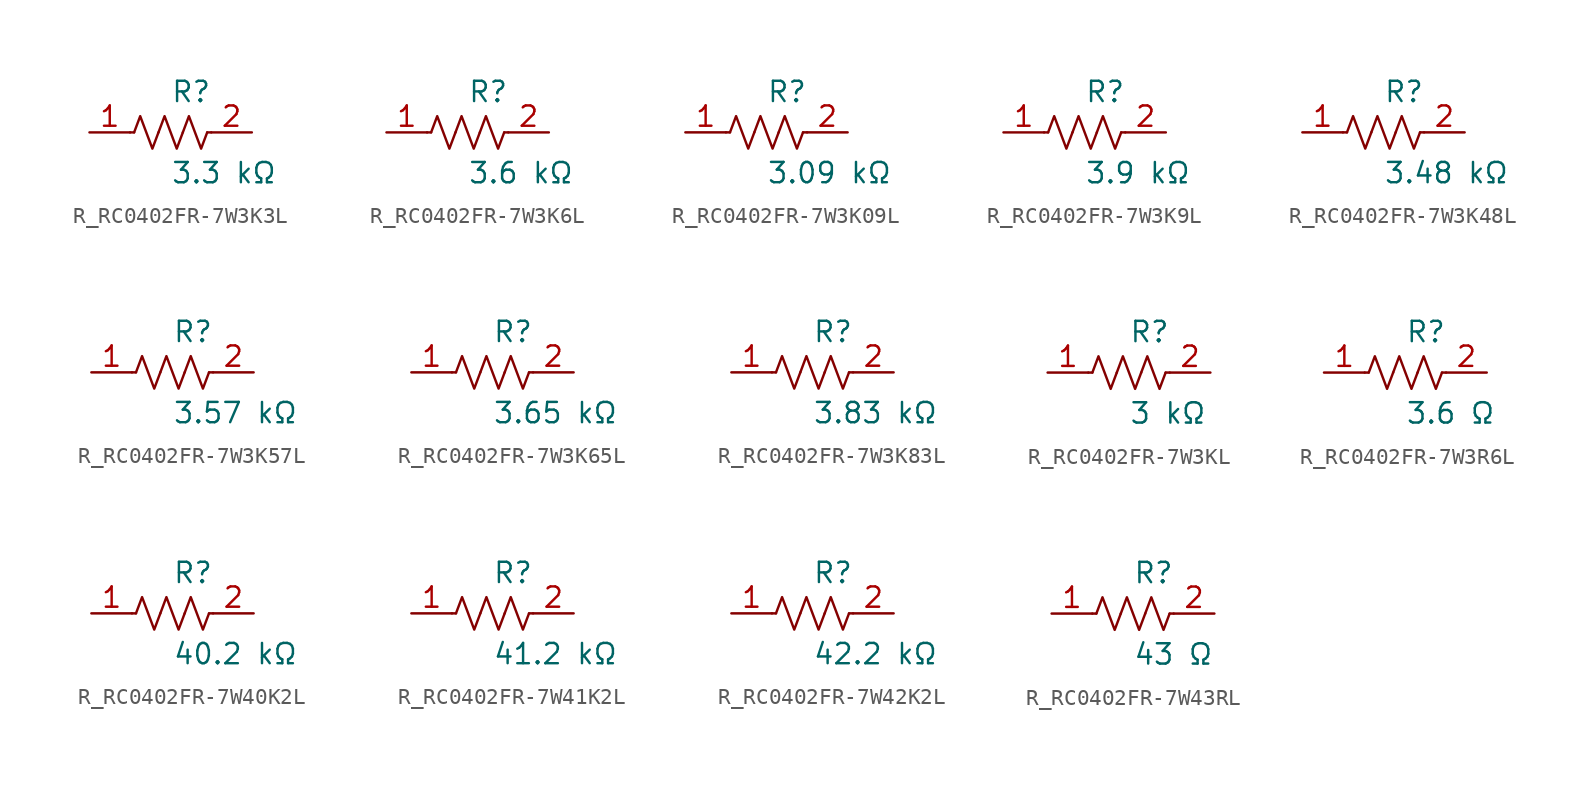
<source format=kicad_sym>
(kicad_symbol_lib
  (version 20231120)
  (generator kicad_symbol_editor)
  (generator_version 8.0)
  (symbol "R_RC0402FR-7W3K3L"
    (pin_names
      (offset 0.254))
    (property "Reference" "R"
      (at 0 2.54 0)
      (effects (font (size 1.27 1.27)) (justify left)))
    (property "Value" "3.3 kΩ"
      (at 0 -2.54 0)
      (effects (font (size 1.27 1.27)) (justify left)))
    (symbol "R_RC0402FR-7W3K3L_0_1"
      (polyline (pts (xy 2.286 0) (xy 2.54 0)) (stroke (width 0) (type default)) (fill (type none)))
      (polyline (pts (xy -2.286 0) (xy -2.54 0)) (stroke (width 0) (type default)) (fill (type none)))
      (polyline (pts (xy 0.762 0) (xy 1.143 1.016) (xy 1.524 0) (xy 1.905 -1.016) (xy 2.286 0)) (stroke (width 0) (type default)) (fill (type none)))
      (polyline (pts (xy -0.762 0) (xy -0.381 1.016) (xy 0 0) (xy 0.381 -1.016) (xy 0.762 0)) (stroke (width 0) (type default)) (fill (type none)))
      (polyline (pts (xy -2.286 0) (xy -1.905 1.016) (xy -1.524 0) (xy -1.143 -1.016) (xy -0.762 0)) (stroke (width 0) (type default)) (fill (type none))))
    (pin passive line
      (at -5.08 0 0)
      (length 2.54)
      (name "" (effects (font (size 1.27 1.27))))
      (number "1" (effects (font (size 1.27 1.27)))))
    (pin passive line
      (at 5.08 0 180)
      (length 2.54)
      (name "" (effects (font (size 1.27 1.27))))
      (number "2" (effects (font (size 1.27 1.27))))))
  (symbol "R_RC0402FR-7W3K6L"
    (pin_names
      (offset 0.254))
    (property "Reference" "R"
      (at 0 2.54 0)
      (effects (font (size 1.27 1.27)) (justify left)))
    (property "Value" "3.6 kΩ"
      (at 0 -2.54 0)
      (effects (font (size 1.27 1.27)) (justify left)))
    (symbol "R_RC0402FR-7W3K6L_0_1"
      (polyline (pts (xy 2.286 0) (xy 2.54 0)) (stroke (width 0) (type default)) (fill (type none)))
      (polyline (pts (xy -2.286 0) (xy -2.54 0)) (stroke (width 0) (type default)) (fill (type none)))
      (polyline (pts (xy 0.762 0) (xy 1.143 1.016) (xy 1.524 0) (xy 1.905 -1.016) (xy 2.286 0)) (stroke (width 0) (type default)) (fill (type none)))
      (polyline (pts (xy -0.762 0) (xy -0.381 1.016) (xy 0 0) (xy 0.381 -1.016) (xy 0.762 0)) (stroke (width 0) (type default)) (fill (type none)))
      (polyline (pts (xy -2.286 0) (xy -1.905 1.016) (xy -1.524 0) (xy -1.143 -1.016) (xy -0.762 0)) (stroke (width 0) (type default)) (fill (type none))))
    (pin passive line
      (at -5.08 0 0)
      (length 2.54)
      (name "" (effects (font (size 1.27 1.27))))
      (number "1" (effects (font (size 1.27 1.27)))))
    (pin passive line
      (at 5.08 0 180)
      (length 2.54)
      (name "" (effects (font (size 1.27 1.27))))
      (number "2" (effects (font (size 1.27 1.27))))))
  (symbol "R_RC0402FR-7W3K09L"
    (pin_names
      (offset 0.254))
    (property "Reference" "R"
      (at 0 2.54 0)
      (effects (font (size 1.27 1.27)) (justify left)))
    (property "Value" "3.09 kΩ"
      (at 0 -2.54 0)
      (effects (font (size 1.27 1.27)) (justify left)))
    (symbol "R_RC0402FR-7W3K09L_0_1"
      (polyline (pts (xy 2.286 0) (xy 2.54 0)) (stroke (width 0) (type default)) (fill (type none)))
      (polyline (pts (xy -2.286 0) (xy -2.54 0)) (stroke (width 0) (type default)) (fill (type none)))
      (polyline (pts (xy 0.762 0) (xy 1.143 1.016) (xy 1.524 0) (xy 1.905 -1.016) (xy 2.286 0)) (stroke (width 0) (type default)) (fill (type none)))
      (polyline (pts (xy -0.762 0) (xy -0.381 1.016) (xy 0 0) (xy 0.381 -1.016) (xy 0.762 0)) (stroke (width 0) (type default)) (fill (type none)))
      (polyline (pts (xy -2.286 0) (xy -1.905 1.016) (xy -1.524 0) (xy -1.143 -1.016) (xy -0.762 0)) (stroke (width 0) (type default)) (fill (type none))))
    (pin passive line
      (at -5.08 0 0)
      (length 2.54)
      (name "" (effects (font (size 1.27 1.27))))
      (number "1" (effects (font (size 1.27 1.27)))))
    (pin passive line
      (at 5.08 0 180)
      (length 2.54)
      (name "" (effects (font (size 1.27 1.27))))
      (number "2" (effects (font (size 1.27 1.27))))))
  (symbol "R_RC0402FR-7W3K9L"
    (pin_names
      (offset 0.254))
    (property "Reference" "R"
      (at 0 2.54 0)
      (effects (font (size 1.27 1.27)) (justify left)))
    (property "Value" "3.9 kΩ"
      (at 0 -2.54 0)
      (effects (font (size 1.27 1.27)) (justify left)))
    (symbol "R_RC0402FR-7W3K9L_0_1"
      (polyline (pts (xy 2.286 0) (xy 2.54 0)) (stroke (width 0) (type default)) (fill (type none)))
      (polyline (pts (xy -2.286 0) (xy -2.54 0)) (stroke (width 0) (type default)) (fill (type none)))
      (polyline (pts (xy 0.762 0) (xy 1.143 1.016) (xy 1.524 0) (xy 1.905 -1.016) (xy 2.286 0)) (stroke (width 0) (type default)) (fill (type none)))
      (polyline (pts (xy -0.762 0) (xy -0.381 1.016) (xy 0 0) (xy 0.381 -1.016) (xy 0.762 0)) (stroke (width 0) (type default)) (fill (type none)))
      (polyline (pts (xy -2.286 0) (xy -1.905 1.016) (xy -1.524 0) (xy -1.143 -1.016) (xy -0.762 0)) (stroke (width 0) (type default)) (fill (type none))))
    (pin passive line
      (at -5.08 0 0)
      (length 2.54)
      (name "" (effects (font (size 1.27 1.27))))
      (number "1" (effects (font (size 1.27 1.27)))))
    (pin passive line
      (at 5.08 0 180)
      (length 2.54)
      (name "" (effects (font (size 1.27 1.27))))
      (number "2" (effects (font (size 1.27 1.27))))))
  (symbol "R_RC0402FR-7W3K48L"
    (pin_names
      (offset 0.254))
    (property "Reference" "R"
      (at 0 2.54 0)
      (effects (font (size 1.27 1.27)) (justify left)))
    (property "Value" "3.48 kΩ"
      (at 0 -2.54 0)
      (effects (font (size 1.27 1.27)) (justify left)))
    (symbol "R_RC0402FR-7W3K48L_0_1"
      (polyline (pts (xy 2.286 0) (xy 2.54 0)) (stroke (width 0) (type default)) (fill (type none)))
      (polyline (pts (xy -2.286 0) (xy -2.54 0)) (stroke (width 0) (type default)) (fill (type none)))
      (polyline (pts (xy 0.762 0) (xy 1.143 1.016) (xy 1.524 0) (xy 1.905 -1.016) (xy 2.286 0)) (stroke (width 0) (type default)) (fill (type none)))
      (polyline (pts (xy -0.762 0) (xy -0.381 1.016) (xy 0 0) (xy 0.381 -1.016) (xy 0.762 0)) (stroke (width 0) (type default)) (fill (type none)))
      (polyline (pts (xy -2.286 0) (xy -1.905 1.016) (xy -1.524 0) (xy -1.143 -1.016) (xy -0.762 0)) (stroke (width 0) (type default)) (fill (type none))))
    (pin passive line
      (at -5.08 0 0)
      (length 2.54)
      (name "" (effects (font (size 1.27 1.27))))
      (number "1" (effects (font (size 1.27 1.27)))))
    (pin passive line
      (at 5.08 0 180)
      (length 2.54)
      (name "" (effects (font (size 1.27 1.27))))
      (number "2" (effects (font (size 1.27 1.27))))))
  (symbol "R_RC0402FR-7W3K57L"
    (pin_names
      (offset 0.254))
    (property "Reference" "R"
      (at 0 2.54 0)
      (effects (font (size 1.27 1.27)) (justify left)))
    (property "Value" "3.57 kΩ"
      (at 0 -2.54 0)
      (effects (font (size 1.27 1.27)) (justify left)))
    (symbol "R_RC0402FR-7W3K57L_0_1"
      (polyline (pts (xy 2.286 0) (xy 2.54 0)) (stroke (width 0) (type default)) (fill (type none)))
      (polyline (pts (xy -2.286 0) (xy -2.54 0)) (stroke (width 0) (type default)) (fill (type none)))
      (polyline (pts (xy 0.762 0) (xy 1.143 1.016) (xy 1.524 0) (xy 1.905 -1.016) (xy 2.286 0)) (stroke (width 0) (type default)) (fill (type none)))
      (polyline (pts (xy -0.762 0) (xy -0.381 1.016) (xy 0 0) (xy 0.381 -1.016) (xy 0.762 0)) (stroke (width 0) (type default)) (fill (type none)))
      (polyline (pts (xy -2.286 0) (xy -1.905 1.016) (xy -1.524 0) (xy -1.143 -1.016) (xy -0.762 0)) (stroke (width 0) (type default)) (fill (type none))))
    (pin passive line
      (at -5.08 0 0)
      (length 2.54)
      (name "" (effects (font (size 1.27 1.27))))
      (number "1" (effects (font (size 1.27 1.27)))))
    (pin passive line
      (at 5.08 0 180)
      (length 2.54)
      (name "" (effects (font (size 1.27 1.27))))
      (number "2" (effects (font (size 1.27 1.27))))))
  (symbol "R_RC0402FR-7W3K65L"
    (pin_names
      (offset 0.254))
    (property "Reference" "R"
      (at 0 2.54 0)
      (effects (font (size 1.27 1.27)) (justify left)))
    (property "Value" "3.65 kΩ"
      (at 0 -2.54 0)
      (effects (font (size 1.27 1.27)) (justify left)))
    (symbol "R_RC0402FR-7W3K65L_0_1"
      (polyline (pts (xy 2.286 0) (xy 2.54 0)) (stroke (width 0) (type default)) (fill (type none)))
      (polyline (pts (xy -2.286 0) (xy -2.54 0)) (stroke (width 0) (type default)) (fill (type none)))
      (polyline (pts (xy 0.762 0) (xy 1.143 1.016) (xy 1.524 0) (xy 1.905 -1.016) (xy 2.286 0)) (stroke (width 0) (type default)) (fill (type none)))
      (polyline (pts (xy -0.762 0) (xy -0.381 1.016) (xy 0 0) (xy 0.381 -1.016) (xy 0.762 0)) (stroke (width 0) (type default)) (fill (type none)))
      (polyline (pts (xy -2.286 0) (xy -1.905 1.016) (xy -1.524 0) (xy -1.143 -1.016) (xy -0.762 0)) (stroke (width 0) (type default)) (fill (type none))))
    (pin passive line
      (at -5.08 0 0)
      (length 2.54)
      (name "" (effects (font (size 1.27 1.27))))
      (number "1" (effects (font (size 1.27 1.27)))))
    (pin passive line
      (at 5.08 0 180)
      (length 2.54)
      (name "" (effects (font (size 1.27 1.27))))
      (number "2" (effects (font (size 1.27 1.27))))))
  (symbol "R_RC0402FR-7W3K83L"
    (pin_names
      (offset 0.254))
    (property "Reference" "R"
      (at 0 2.54 0)
      (effects (font (size 1.27 1.27)) (justify left)))
    (property "Value" "3.83 kΩ"
      (at 0 -2.54 0)
      (effects (font (size 1.27 1.27)) (justify left)))
    (symbol "R_RC0402FR-7W3K83L_0_1"
      (polyline (pts (xy 2.286 0) (xy 2.54 0)) (stroke (width 0) (type default)) (fill (type none)))
      (polyline (pts (xy -2.286 0) (xy -2.54 0)) (stroke (width 0) (type default)) (fill (type none)))
      (polyline (pts (xy 0.762 0) (xy 1.143 1.016) (xy 1.524 0) (xy 1.905 -1.016) (xy 2.286 0)) (stroke (width 0) (type default)) (fill (type none)))
      (polyline (pts (xy -0.762 0) (xy -0.381 1.016) (xy 0 0) (xy 0.381 -1.016) (xy 0.762 0)) (stroke (width 0) (type default)) (fill (type none)))
      (polyline (pts (xy -2.286 0) (xy -1.905 1.016) (xy -1.524 0) (xy -1.143 -1.016) (xy -0.762 0)) (stroke (width 0) (type default)) (fill (type none))))
    (pin passive line
      (at -5.08 0 0)
      (length 2.54)
      (name "" (effects (font (size 1.27 1.27))))
      (number "1" (effects (font (size 1.27 1.27)))))
    (pin passive line
      (at 5.08 0 180)
      (length 2.54)
      (name "" (effects (font (size 1.27 1.27))))
      (number "2" (effects (font (size 1.27 1.27))))))
  (symbol "R_RC0402FR-7W3KL"
    (pin_names
      (offset 0.254))
    (property "Reference" "R"
      (at 0 2.54 0)
      (effects (font (size 1.27 1.27)) (justify left)))
    (property "Value" "3 kΩ"
      (at 0 -2.54 0)
      (effects (font (size 1.27 1.27)) (justify left)))
    (symbol "R_RC0402FR-7W3KL_0_1"
      (polyline (pts (xy 2.286 0) (xy 2.54 0)) (stroke (width 0) (type default)) (fill (type none)))
      (polyline (pts (xy -2.286 0) (xy -2.54 0)) (stroke (width 0) (type default)) (fill (type none)))
      (polyline (pts (xy 0.762 0) (xy 1.143 1.016) (xy 1.524 0) (xy 1.905 -1.016) (xy 2.286 0)) (stroke (width 0) (type default)) (fill (type none)))
      (polyline (pts (xy -0.762 0) (xy -0.381 1.016) (xy 0 0) (xy 0.381 -1.016) (xy 0.762 0)) (stroke (width 0) (type default)) (fill (type none)))
      (polyline (pts (xy -2.286 0) (xy -1.905 1.016) (xy -1.524 0) (xy -1.143 -1.016) (xy -0.762 0)) (stroke (width 0) (type default)) (fill (type none))))
    (pin passive line
      (at -5.08 0 0)
      (length 2.54)
      (name "" (effects (font (size 1.27 1.27))))
      (number "1" (effects (font (size 1.27 1.27)))))
    (pin passive line
      (at 5.08 0 180)
      (length 2.54)
      (name "" (effects (font (size 1.27 1.27))))
      (number "2" (effects (font (size 1.27 1.27))))))
  (symbol "R_RC0402FR-7W3R6L"
    (pin_names
      (offset 0.254))
    (property "Reference" "R"
      (at 0 2.54 0)
      (effects (font (size 1.27 1.27)) (justify left)))
    (property "Value" "3.6 Ω"
      (at 0 -2.54 0)
      (effects (font (size 1.27 1.27)) (justify left)))
    (symbol "R_RC0402FR-7W3R6L_0_1"
      (polyline (pts (xy 2.286 0) (xy 2.54 0)) (stroke (width 0) (type default)) (fill (type none)))
      (polyline (pts (xy -2.286 0) (xy -2.54 0)) (stroke (width 0) (type default)) (fill (type none)))
      (polyline (pts (xy 0.762 0) (xy 1.143 1.016) (xy 1.524 0) (xy 1.905 -1.016) (xy 2.286 0)) (stroke (width 0) (type default)) (fill (type none)))
      (polyline (pts (xy -0.762 0) (xy -0.381 1.016) (xy 0 0) (xy 0.381 -1.016) (xy 0.762 0)) (stroke (width 0) (type default)) (fill (type none)))
      (polyline (pts (xy -2.286 0) (xy -1.905 1.016) (xy -1.524 0) (xy -1.143 -1.016) (xy -0.762 0)) (stroke (width 0) (type default)) (fill (type none))))
    (pin passive line
      (at -5.08 0 0)
      (length 2.54)
      (name "" (effects (font (size 1.27 1.27))))
      (number "1" (effects (font (size 1.27 1.27)))))
    (pin passive line
      (at 5.08 0 180)
      (length 2.54)
      (name "" (effects (font (size 1.27 1.27))))
      (number "2" (effects (font (size 1.27 1.27))))))
  (symbol "R_RC0402FR-7W40K2L"
    (pin_names
      (offset 0.254))
    (property "Reference" "R"
      (at 0 2.54 0)
      (effects (font (size 1.27 1.27)) (justify left)))
    (property "Value" "40.2 kΩ"
      (at 0 -2.54 0)
      (effects (font (size 1.27 1.27)) (justify left)))
    (symbol "R_RC0402FR-7W40K2L_0_1"
      (polyline (pts (xy 2.286 0) (xy 2.54 0)) (stroke (width 0) (type default)) (fill (type none)))
      (polyline (pts (xy -2.286 0) (xy -2.54 0)) (stroke (width 0) (type default)) (fill (type none)))
      (polyline (pts (xy 0.762 0) (xy 1.143 1.016) (xy 1.524 0) (xy 1.905 -1.016) (xy 2.286 0)) (stroke (width 0) (type default)) (fill (type none)))
      (polyline (pts (xy -0.762 0) (xy -0.381 1.016) (xy 0 0) (xy 0.381 -1.016) (xy 0.762 0)) (stroke (width 0) (type default)) (fill (type none)))
      (polyline (pts (xy -2.286 0) (xy -1.905 1.016) (xy -1.524 0) (xy -1.143 -1.016) (xy -0.762 0)) (stroke (width 0) (type default)) (fill (type none))))
    (pin passive line
      (at -5.08 0 0)
      (length 2.54)
      (name "" (effects (font (size 1.27 1.27))))
      (number "1" (effects (font (size 1.27 1.27)))))
    (pin passive line
      (at 5.08 0 180)
      (length 2.54)
      (name "" (effects (font (size 1.27 1.27))))
      (number "2" (effects (font (size 1.27 1.27))))))
  (symbol "R_RC0402FR-7W41K2L"
    (pin_names
      (offset 0.254))
    (property "Reference" "R"
      (at 0 2.54 0)
      (effects (font (size 1.27 1.27)) (justify left)))
    (property "Value" "41.2 kΩ"
      (at 0 -2.54 0)
      (effects (font (size 1.27 1.27)) (justify left)))
    (symbol "R_RC0402FR-7W41K2L_0_1"
      (polyline (pts (xy 2.286 0) (xy 2.54 0)) (stroke (width 0) (type default)) (fill (type none)))
      (polyline (pts (xy -2.286 0) (xy -2.54 0)) (stroke (width 0) (type default)) (fill (type none)))
      (polyline (pts (xy 0.762 0) (xy 1.143 1.016) (xy 1.524 0) (xy 1.905 -1.016) (xy 2.286 0)) (stroke (width 0) (type default)) (fill (type none)))
      (polyline (pts (xy -0.762 0) (xy -0.381 1.016) (xy 0 0) (xy 0.381 -1.016) (xy 0.762 0)) (stroke (width 0) (type default)) (fill (type none)))
      (polyline (pts (xy -2.286 0) (xy -1.905 1.016) (xy -1.524 0) (xy -1.143 -1.016) (xy -0.762 0)) (stroke (width 0) (type default)) (fill (type none))))
    (pin passive line
      (at -5.08 0 0)
      (length 2.54)
      (name "" (effects (font (size 1.27 1.27))))
      (number "1" (effects (font (size 1.27 1.27)))))
    (pin passive line
      (at 5.08 0 180)
      (length 2.54)
      (name "" (effects (font (size 1.27 1.27))))
      (number "2" (effects (font (size 1.27 1.27))))))
  (symbol "R_RC0402FR-7W42K2L"
    (pin_names
      (offset 0.254))
    (property "Reference" "R"
      (at 0 2.54 0)
      (effects (font (size 1.27 1.27)) (justify left)))
    (property "Value" "42.2 kΩ"
      (at 0 -2.54 0)
      (effects (font (size 1.27 1.27)) (justify left)))
    (symbol "R_RC0402FR-7W42K2L_0_1"
      (polyline (pts (xy 2.286 0) (xy 2.54 0)) (stroke (width 0) (type default)) (fill (type none)))
      (polyline (pts (xy -2.286 0) (xy -2.54 0)) (stroke (width 0) (type default)) (fill (type none)))
      (polyline (pts (xy 0.762 0) (xy 1.143 1.016) (xy 1.524 0) (xy 1.905 -1.016) (xy 2.286 0)) (stroke (width 0) (type default)) (fill (type none)))
      (polyline (pts (xy -0.762 0) (xy -0.381 1.016) (xy 0 0) (xy 0.381 -1.016) (xy 0.762 0)) (stroke (width 0) (type default)) (fill (type none)))
      (polyline (pts (xy -2.286 0) (xy -1.905 1.016) (xy -1.524 0) (xy -1.143 -1.016) (xy -0.762 0)) (stroke (width 0) (type default)) (fill (type none))))
    (pin passive line
      (at -5.08 0 0)
      (length 2.54)
      (name "" (effects (font (size 1.27 1.27))))
      (number "1" (effects (font (size 1.27 1.27)))))
    (pin passive line
      (at 5.08 0 180)
      (length 2.54)
      (name "" (effects (font (size 1.27 1.27))))
      (number "2" (effects (font (size 1.27 1.27))))))
  (symbol "R_RC0402FR-7W43RL"
    (pin_names
      (offset 0.254))
    (property "Reference" "R"
      (at 0 2.54 0)
      (effects (font (size 1.27 1.27)) (justify left)))
    (property "Value" "43 Ω"
      (at 0 -2.54 0)
      (effects (font (size 1.27 1.27)) (justify left)))
    (symbol "R_RC0402FR-7W43RL_0_1"
      (polyline (pts (xy 2.286 0) (xy 2.54 0)) (stroke (width 0) (type default)) (fill (type none)))
      (polyline (pts (xy -2.286 0) (xy -2.54 0)) (stroke (width 0) (type default)) (fill (type none)))
      (polyline (pts (xy 0.762 0) (xy 1.143 1.016) (xy 1.524 0) (xy 1.905 -1.016) (xy 2.286 0)) (stroke (width 0) (type default)) (fill (type none)))
      (polyline (pts (xy -0.762 0) (xy -0.381 1.016) (xy 0 0) (xy 0.381 -1.016) (xy 0.762 0)) (stroke (width 0) (type default)) (fill (type none)))
      (polyline (pts (xy -2.286 0) (xy -1.905 1.016) (xy -1.524 0) (xy -1.143 -1.016) (xy -0.762 0)) (stroke (width 0) (type default)) (fill (type none))))
    (pin passive line
      (at -5.08 0 0)
      (length 2.54)
      (name "" (effects (font (size 1.27 1.27))))
      (number "1" (effects (font (size 1.27 1.27)))))
    (pin passive line
      (at 5.08 0 180)
      (length 2.54)
      (name "" (effects (font (size 1.27 1.27))))
      (number "2" (effects (font (size 1.27 1.27)))))))
</source>
